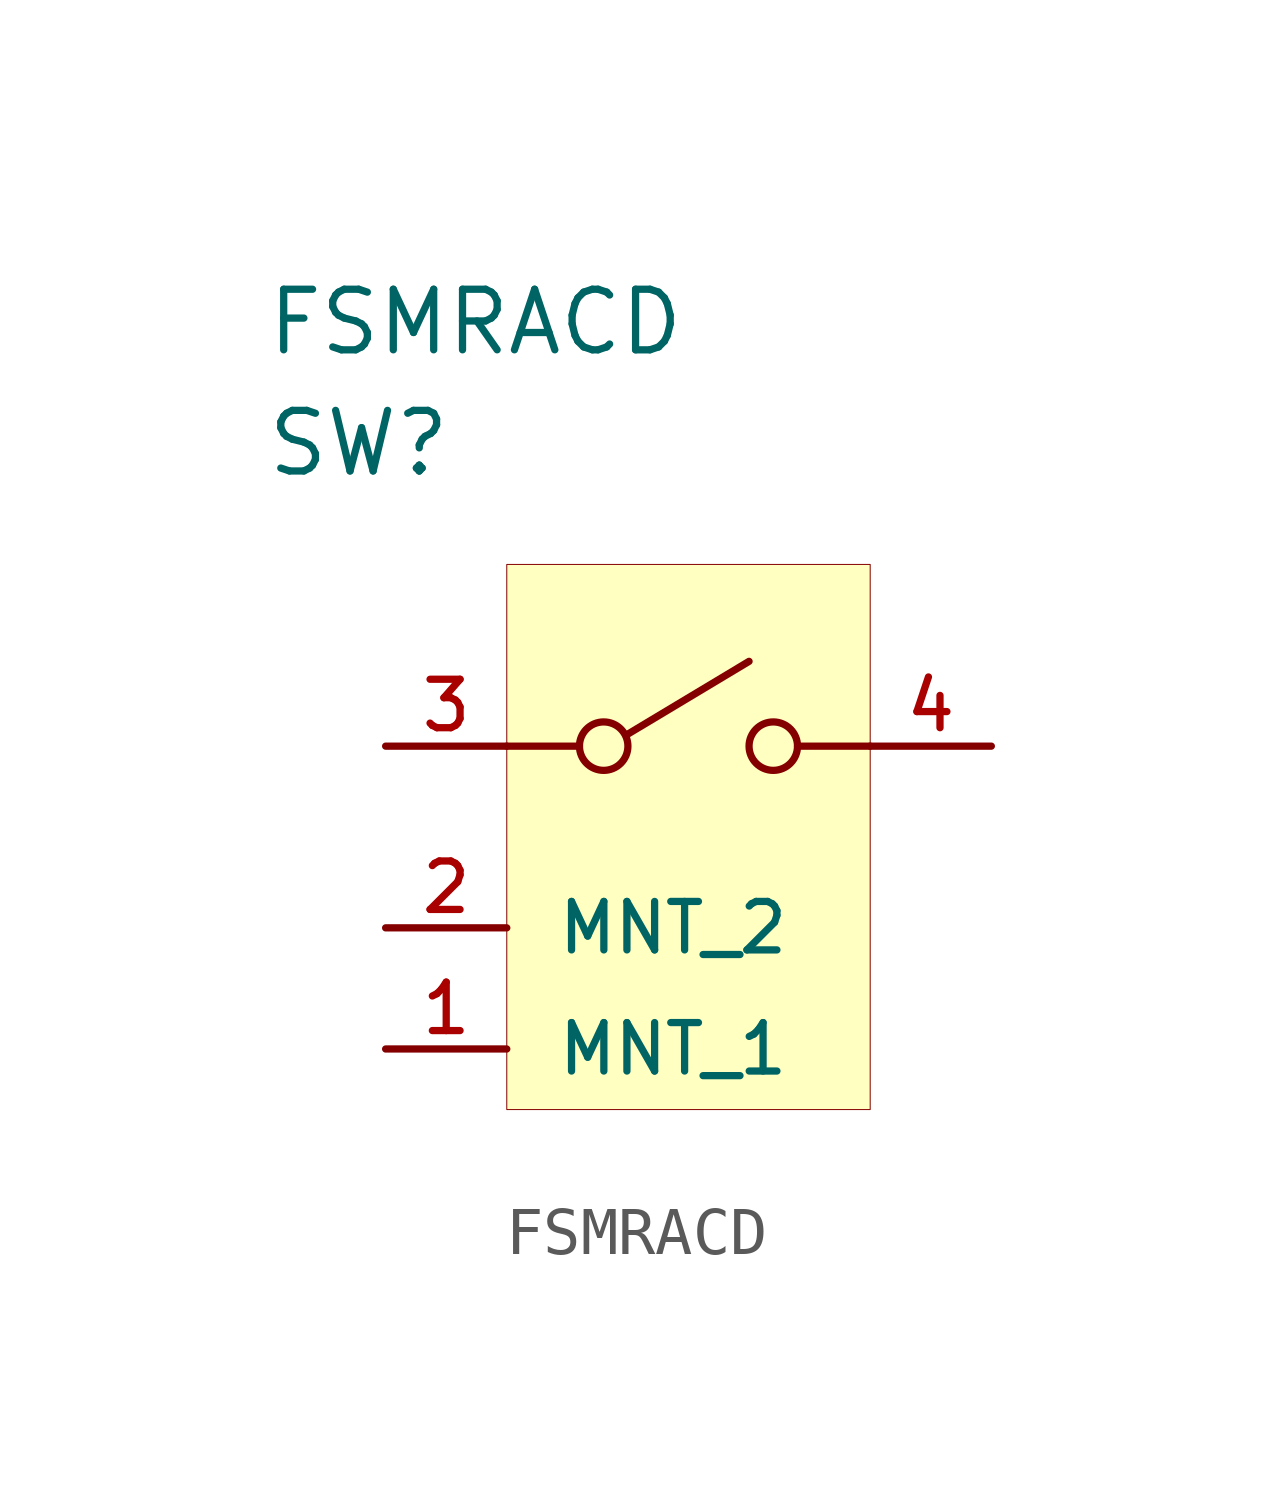
<source format=kicad_sym>
(kicad_symbol_lib
  (version 20201005)
  (generator kicad_symbol_editor)
  (symbol "eec:FSMRACD"
    (pin_names
      (offset 1.016))
    (property "Reference" "SW"
      (at 0 7.62 0)
      (effects (font (size 1.27 1.27)) (justify left)))
    (property "Value" "FSMRACD"
      (at 0 10.16 0)
      (effects (font (size 1.27 1.27)) (justify left)))
    (property "ki_locked" ""
      (at 0 0 0)
      (effects (font (size 1.27 1.27))))
    (symbol "FSMRACD_1_1"
      (circle (center 7.112 1.27) (radius 0.508) (stroke (width 0)) (fill (type none)))
      (circle (center 10.668 1.27) (radius 0.508) (stroke (width 0)) (fill (type none)))
      (rectangle (start 5.08 5.08) (end 12.7 -6.35) (stroke (width 0.001)) (fill (type background)))
      (polyline (pts (xy 7.62 1.524) (xy 10.16 3.048)) (stroke (width 0)) (fill (type none)))
      (polyline (pts (xy 5.08 1.27) (xy 6.604 1.27)) (stroke (width 0)) (fill (type none)))
      (polyline (pts (xy 12.7 1.27) (xy 11.176 1.27)) (stroke (width 0)) (fill (type none)))
      (pin passive line (at 2.54 1.27 0) (length 2.54) (name "3" (effects (font (size 0 0)))) (number "3" (effects (font (size 1.016 1.016)))))
      (pin passive line (at 15.24 1.27 180) (length 2.54) (name "4" (effects (font (size 0 0)))) (number "4" (effects (font (size 1.016 1.016)))))
      (pin passive line (at 2.54 -5.08 0) (length 2.54) (name "MNT_1" (effects (font (size 1.016 1.016)))) (number "1" (effects (font (size 1.016 1.016)))))
      (pin passive line (at 2.54 -2.54 0) (length 2.54) (name "MNT_2" (effects (font (size 1.016 1.016)))) (number "2" (effects (font (size 1.016 1.016))))))))
</source>
